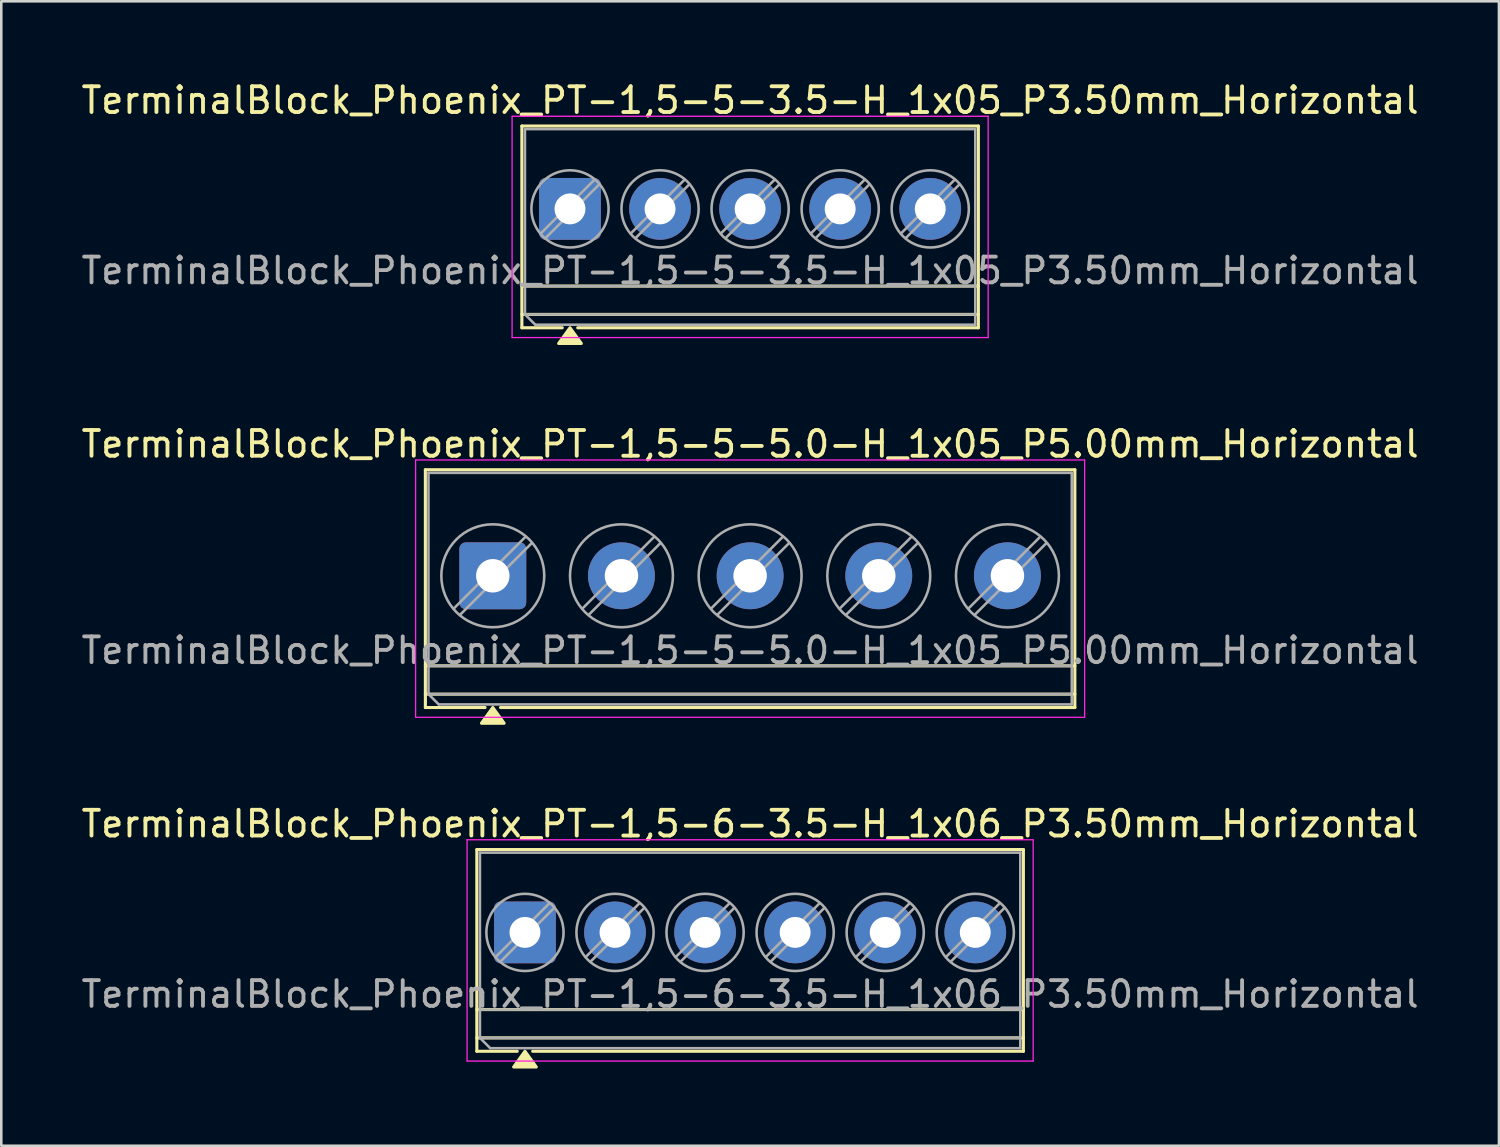
<source format=kicad_pcb>
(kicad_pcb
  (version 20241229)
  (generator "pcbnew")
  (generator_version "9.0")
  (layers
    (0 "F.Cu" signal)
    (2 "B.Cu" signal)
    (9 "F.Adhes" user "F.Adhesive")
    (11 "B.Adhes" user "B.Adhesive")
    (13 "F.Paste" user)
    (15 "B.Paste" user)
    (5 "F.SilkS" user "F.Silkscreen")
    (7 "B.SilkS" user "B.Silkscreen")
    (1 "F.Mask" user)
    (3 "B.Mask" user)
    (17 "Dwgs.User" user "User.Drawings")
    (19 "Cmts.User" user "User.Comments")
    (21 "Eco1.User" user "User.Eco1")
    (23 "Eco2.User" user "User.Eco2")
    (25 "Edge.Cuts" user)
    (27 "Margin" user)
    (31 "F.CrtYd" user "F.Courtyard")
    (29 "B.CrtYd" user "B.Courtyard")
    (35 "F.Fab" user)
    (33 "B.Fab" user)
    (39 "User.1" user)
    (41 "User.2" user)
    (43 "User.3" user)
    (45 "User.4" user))
  (footprint "TerminalBlock_Phoenix_PT-1,5-6-3.5-H_1x06_P3.50mm_Horizontal"
    (layer "F.Cu")
    (at 17.351 33.185)
    (property "Reference" "TerminalBlock_Phoenix_PT-1,5-6-3.5-H_1x06_P3.50mm_Horizontal" (at 8.75 -4.22 0) (layer "F.SilkS") (effects (font (size 1 1) (thickness 0.15))))
    (attr through_hole)
    (fp_line (start -1.87 -3.22) (end 19.37 -3.22) (stroke (width 0.12) (type solid)) (layer "F.SilkS"))
    (fp_line (start -1.87 3) (end 19.37 3) (stroke (width 0.12) (type solid)) (layer "F.SilkS"))
    (fp_line (start -1.87 4.1) (end 19.37 4.1) (stroke (width 0.12) (type solid)) (layer "F.SilkS"))
    (fp_line (start -1.87 4.62) (end -1.87 -3.22) (stroke (width 0.12) (type solid)) (layer "F.SilkS"))
    (fp_line (start -0.3 4.62) (end -1.87 4.62) (stroke (width 0.12) (type solid)) (layer "F.SilkS"))
    (fp_line (start 19.37 -3.22) (end 19.37 4.62) (stroke (width 0.12) (type solid)) (layer "F.SilkS"))
    (fp_line (start 19.37 4.62) (end 0.3 4.62) (stroke (width 0.12) (type solid)) (layer "F.SilkS"))
    (fp_poly (pts (xy 0 4.62) (xy 0.44 5.23) (xy -0.44 5.23)) (stroke (width 0.12) (type solid)) (fill yes) (layer "F.SilkS"))
    (fp_line (start -2.25 -3.6) (end -2.25 5) (stroke (width 0.05) (type solid)) (layer "F.CrtYd"))
    (fp_line (start -2.25 5) (end 19.75 5) (stroke (width 0.05) (type solid)) (layer "F.CrtYd"))
    (fp_line (start 19.75 -3.6) (end -2.25 -3.6) (stroke (width 0.05) (type solid)) (layer "F.CrtYd"))
    (fp_line (start 19.75 5) (end 19.75 -3.6) (stroke (width 0.05) (type solid)) (layer "F.CrtYd"))
    (fp_line (start -1.75 -3.1) (end 19.25 -3.1) (stroke (width 0.1) (type solid)) (layer "F.Fab"))
    (fp_line (start -1.75 3) (end 19.25 3) (stroke (width 0.1) (type solid)) (layer "F.Fab"))
    (fp_line (start -1.75 4.1) (end -1.75 -3.1) (stroke (width 0.1) (type solid)) (layer "F.Fab"))
    (fp_line (start -1.75 4.1) (end 19.25 4.1) (stroke (width 0.1) (type solid)) (layer "F.Fab"))
    (fp_line (start -1.35 4.5) (end -1.75 4.1) (stroke (width 0.1) (type solid)) (layer "F.Fab"))
    (fp_line (start 0.955 -1.138) (end -1.138 0.955) (stroke (width 0.1) (type solid)) (layer "F.Fab"))
    (fp_line (start 1.138 -0.955) (end -0.955 1.138) (stroke (width 0.1) (type solid)) (layer "F.Fab"))
    (fp_line (start 4.455 -1.138) (end 2.362 0.955) (stroke (width 0.1) (type solid)) (layer "F.Fab"))
    (fp_line (start 4.638 -0.955) (end 2.545 1.138) (stroke (width 0.1) (type solid)) (layer "F.Fab"))
    (fp_line (start 7.955 -1.138) (end 5.862 0.955) (stroke (width 0.1) (type solid)) (layer "F.Fab"))
    (fp_line (start 8.138 -0.955) (end 6.045 1.138) (stroke (width 0.1) (type solid)) (layer "F.Fab"))
    (fp_line (start 11.455 -1.138) (end 9.362 0.955) (stroke (width 0.1) (type solid)) (layer "F.Fab"))
    (fp_line (start 11.638 -0.955) (end 9.545 1.138) (stroke (width 0.1) (type solid)) (layer "F.Fab"))
    (fp_line (start 14.955 -1.138) (end 12.862 0.955) (stroke (width 0.1) (type solid)) (layer "F.Fab"))
    (fp_line (start 15.138 -0.955) (end 13.045 1.138) (stroke (width 0.1) (type solid)) (layer "F.Fab"))
    (fp_line (start 18.455 -1.138) (end 16.362 0.955) (stroke (width 0.1) (type solid)) (layer "F.Fab"))
    (fp_line (start 18.638 -0.955) (end 16.545 1.138) (stroke (width 0.1) (type solid)) (layer "F.Fab"))
    (fp_line (start 19.25 -3.1) (end 19.25 4.5) (stroke (width 0.1) (type solid)) (layer "F.Fab"))
    (fp_line (start 19.25 4.5) (end -1.35 4.5) (stroke (width 0.1) (type solid)) (layer "F.Fab"))
    (fp_circle (center 0 0) (end 1.5 0) (stroke (width 0.1) (type solid)) (fill no) (layer "F.Fab"))
    (fp_circle (center 3.5 0) (end 5 0) (stroke (width 0.1) (type solid)) (fill no) (layer "F.Fab"))
    (fp_circle (center 7 0) (end 8.5 0) (stroke (width 0.1) (type solid)) (fill no) (layer "F.Fab"))
    (fp_circle (center 10.5 0) (end 12 0) (stroke (width 0.1) (type solid)) (fill no) (layer "F.Fab"))
    (fp_circle (center 14 0) (end 15.5 0) (stroke (width 0.1) (type solid)) (fill no) (layer "F.Fab"))
    (fp_circle (center 17.5 0) (end 19 0) (stroke (width 0.1) (type solid)) (fill no) (layer "F.Fab"))
    (fp_text user "${REFERENCE}" (at 8.75 2.4 0) (layer "F.Fab") (effects (font (size 1 1) (thickness 0.15))))
    (pad "1" thru_hole roundrect (at 0 0) (size 2.4 2.4) (drill 1.2) (layers "*.Cu" "*.Mask") (roundrect_rratio 0.104))
    (pad "2" thru_hole circle (at 3.5 0) (size 2.4 2.4) (drill 1.2) (layers "*.Cu" "*.Mask"))
    (pad "3" thru_hole circle (at 7 0) (size 2.4 2.4) (drill 1.2) (layers "*.Cu" "*.Mask"))
    (pad "4" thru_hole circle (at 10.5 0) (size 2.4 2.4) (drill 1.2) (layers "*.Cu" "*.Mask"))
    (pad "5" thru_hole circle (at 14 0) (size 2.4 2.4) (drill 1.2) (layers "*.Cu" "*.Mask"))
    (pad "6" thru_hole circle (at 17.5 0) (size 2.4 2.4) (drill 1.2) (layers "*.Cu" "*.Mask")))
  (footprint "TerminalBlock_Phoenix_PT-1,5-5-3.5-H_1x05_P3.50mm_Horizontal"
    (layer "F.Cu")
    (at 19.101 5.068)
    (property "Reference" "TerminalBlock_Phoenix_PT-1,5-5-3.5-H_1x05_P3.50mm_Horizontal" (at 7 -4.22 0) (layer "F.SilkS") (effects (font (size 1 1) (thickness 0.15))))
    (attr through_hole)
    (fp_line (start -1.87 -3.22) (end 15.87 -3.22) (stroke (width 0.12) (type solid)) (layer "F.SilkS"))
    (fp_line (start -1.87 3) (end 15.87 3) (stroke (width 0.12) (type solid)) (layer "F.SilkS"))
    (fp_line (start -1.87 4.1) (end 15.87 4.1) (stroke (width 0.12) (type solid)) (layer "F.SilkS"))
    (fp_line (start -1.87 4.62) (end -1.87 -3.22) (stroke (width 0.12) (type solid)) (layer "F.SilkS"))
    (fp_line (start -0.3 4.62) (end -1.87 4.62) (stroke (width 0.12) (type solid)) (layer "F.SilkS"))
    (fp_line (start 15.87 -3.22) (end 15.87 4.62) (stroke (width 0.12) (type solid)) (layer "F.SilkS"))
    (fp_line (start 15.87 4.62) (end 0.3 4.62) (stroke (width 0.12) (type solid)) (layer "F.SilkS"))
    (fp_poly (pts (xy 0 4.62) (xy 0.44 5.23) (xy -0.44 5.23)) (stroke (width 0.12) (type solid)) (fill yes) (layer "F.SilkS"))
    (fp_line (start -2.25 -3.6) (end -2.25 5) (stroke (width 0.05) (type solid)) (layer "F.CrtYd"))
    (fp_line (start -2.25 5) (end 16.25 5) (stroke (width 0.05) (type solid)) (layer "F.CrtYd"))
    (fp_line (start 16.25 -3.6) (end -2.25 -3.6) (stroke (width 0.05) (type solid)) (layer "F.CrtYd"))
    (fp_line (start 16.25 5) (end 16.25 -3.6) (stroke (width 0.05) (type solid)) (layer "F.CrtYd"))
    (fp_line (start -1.75 -3.1) (end 15.75 -3.1) (stroke (width 0.1) (type solid)) (layer "F.Fab"))
    (fp_line (start -1.75 3) (end 15.75 3) (stroke (width 0.1) (type solid)) (layer "F.Fab"))
    (fp_line (start -1.75 4.1) (end -1.75 -3.1) (stroke (width 0.1) (type solid)) (layer "F.Fab"))
    (fp_line (start -1.75 4.1) (end 15.75 4.1) (stroke (width 0.1) (type solid)) (layer "F.Fab"))
    (fp_line (start -1.35 4.5) (end -1.75 4.1) (stroke (width 0.1) (type solid)) (layer "F.Fab"))
    (fp_line (start 0.955 -1.138) (end -1.138 0.955) (stroke (width 0.1) (type solid)) (layer "F.Fab"))
    (fp_line (start 1.138 -0.955) (end -0.955 1.138) (stroke (width 0.1) (type solid)) (layer "F.Fab"))
    (fp_line (start 4.455 -1.138) (end 2.362 0.955) (stroke (width 0.1) (type solid)) (layer "F.Fab"))
    (fp_line (start 4.638 -0.955) (end 2.545 1.138) (stroke (width 0.1) (type solid)) (layer "F.Fab"))
    (fp_line (start 7.955 -1.138) (end 5.862 0.955) (stroke (width 0.1) (type solid)) (layer "F.Fab"))
    (fp_line (start 8.138 -0.955) (end 6.045 1.138) (stroke (width 0.1) (type solid)) (layer "F.Fab"))
    (fp_line (start 11.455 -1.138) (end 9.362 0.955) (stroke (width 0.1) (type solid)) (layer "F.Fab"))
    (fp_line (start 11.638 -0.955) (end 9.545 1.138) (stroke (width 0.1) (type solid)) (layer "F.Fab"))
    (fp_line (start 14.955 -1.138) (end 12.862 0.955) (stroke (width 0.1) (type solid)) (layer "F.Fab"))
    (fp_line (start 15.138 -0.955) (end 13.045 1.138) (stroke (width 0.1) (type solid)) (layer "F.Fab"))
    (fp_line (start 15.75 -3.1) (end 15.75 4.5) (stroke (width 0.1) (type solid)) (layer "F.Fab"))
    (fp_line (start 15.75 4.5) (end -1.35 4.5) (stroke (width 0.1) (type solid)) (layer "F.Fab"))
    (fp_circle (center 0 0) (end 1.5 0) (stroke (width 0.1) (type solid)) (fill no) (layer "F.Fab"))
    (fp_circle (center 3.5 0) (end 5 0) (stroke (width 0.1) (type solid)) (fill no) (layer "F.Fab"))
    (fp_circle (center 7 0) (end 8.5 0) (stroke (width 0.1) (type solid)) (fill no) (layer "F.Fab"))
    (fp_circle (center 10.5 0) (end 12 0) (stroke (width 0.1) (type solid)) (fill no) (layer "F.Fab"))
    (fp_circle (center 14 0) (end 15.5 0) (stroke (width 0.1) (type solid)) (fill no) (layer "F.Fab"))
    (fp_text user "${REFERENCE}" (at 7 2.4 0) (layer "F.Fab") (effects (font (size 1 1) (thickness 0.15))))
    (pad "1" thru_hole roundrect (at 0 0) (size 2.4 2.4) (drill 1.2) (layers "*.Cu" "*.Mask") (roundrect_rratio 0.104))
    (pad "2" thru_hole circle (at 3.5 0) (size 2.4 2.4) (drill 1.2) (layers "*.Cu" "*.Mask"))
    (pad "3" thru_hole circle (at 7 0) (size 2.4 2.4) (drill 1.2) (layers "*.Cu" "*.Mask"))
    (pad "4" thru_hole circle (at 10.5 0) (size 2.4 2.4) (drill 1.2) (layers "*.Cu" "*.Mask"))
    (pad "5" thru_hole circle (at 14 0) (size 2.4 2.4) (drill 1.2) (layers "*.Cu" "*.Mask")))
  (footprint "TerminalBlock_Phoenix_PT-1,5-5-5.0-H_1x05_P5.00mm_Horizontal"
    (layer "F.Cu")
    (at 16.101 19.326)
    (property "Reference" "TerminalBlock_Phoenix_PT-1,5-5-5.0-H_1x05_P5.00mm_Horizontal" (at 10 -5.12 0) (layer "F.SilkS") (effects (font (size 1 1) (thickness 0.15))))
    (attr through_hole)
    (fp_line (start -2.62 -4.12) (end 22.62 -4.12) (stroke (width 0.12) (type solid)) (layer "F.SilkS"))
    (fp_line (start -2.62 3.5) (end 22.62 3.5) (stroke (width 0.12) (type solid)) (layer "F.SilkS"))
    (fp_line (start -2.62 4.6) (end 22.62 4.6) (stroke (width 0.12) (type solid)) (layer "F.SilkS"))
    (fp_line (start -2.62 5.12) (end -2.62 -4.12) (stroke (width 0.12) (type solid)) (layer "F.SilkS"))
    (fp_line (start -0.3 5.12) (end -2.62 5.12) (stroke (width 0.12) (type solid)) (layer "F.SilkS"))
    (fp_line (start 22.62 -4.12) (end 22.62 5.12) (stroke (width 0.12) (type solid)) (layer "F.SilkS"))
    (fp_line (start 22.62 5.12) (end 0.3 5.12) (stroke (width 0.12) (type solid)) (layer "F.SilkS"))
    (fp_poly (pts (xy 0 5.12) (xy 0.44 5.73) (xy -0.44 5.73)) (stroke (width 0.12) (type solid)) (fill yes) (layer "F.SilkS"))
    (fp_line (start -3 -4.5) (end -3 5.5) (stroke (width 0.05) (type solid)) (layer "F.CrtYd"))
    (fp_line (start -3 5.5) (end 23 5.5) (stroke (width 0.05) (type solid)) (layer "F.CrtYd"))
    (fp_line (start 23 -4.5) (end -3 -4.5) (stroke (width 0.05) (type solid)) (layer "F.CrtYd"))
    (fp_line (start 23 5.5) (end 23 -4.5) (stroke (width 0.05) (type solid)) (layer "F.CrtYd"))
    (fp_line (start -2.5 -4) (end 22.5 -4) (stroke (width 0.1) (type solid)) (layer "F.Fab"))
    (fp_line (start -2.5 3.5) (end 22.5 3.5) (stroke (width 0.1) (type solid)) (layer "F.Fab"))
    (fp_line (start -2.5 4.6) (end -2.5 -4) (stroke (width 0.1) (type solid)) (layer "F.Fab"))
    (fp_line (start -2.5 4.6) (end 22.5 4.6) (stroke (width 0.1) (type solid)) (layer "F.Fab"))
    (fp_line (start -2.1 5) (end -2.5 4.6) (stroke (width 0.1) (type solid)) (layer "F.Fab"))
    (fp_line (start 1.273 -1.517) (end -1.517 1.273) (stroke (width 0.1) (type solid)) (layer "F.Fab"))
    (fp_line (start 1.517 -1.273) (end -1.273 1.517) (stroke (width 0.1) (type solid)) (layer "F.Fab"))
    (fp_line (start 6.273 -1.517) (end 3.483 1.273) (stroke (width 0.1) (type solid)) (layer "F.Fab"))
    (fp_line (start 6.517 -1.273) (end 3.727 1.517) (stroke (width 0.1) (type solid)) (layer "F.Fab"))
    (fp_line (start 11.273 -1.517) (end 8.483 1.273) (stroke (width 0.1) (type solid)) (layer "F.Fab"))
    (fp_line (start 11.517 -1.273) (end 8.727 1.517) (stroke (width 0.1) (type solid)) (layer "F.Fab"))
    (fp_line (start 16.273 -1.517) (end 13.483 1.273) (stroke (width 0.1) (type solid)) (layer "F.Fab"))
    (fp_line (start 16.517 -1.273) (end 13.727 1.517) (stroke (width 0.1) (type solid)) (layer "F.Fab"))
    (fp_line (start 21.273 -1.517) (end 18.483 1.273) (stroke (width 0.1) (type solid)) (layer "F.Fab"))
    (fp_line (start 21.517 -1.273) (end 18.727 1.517) (stroke (width 0.1) (type solid)) (layer "F.Fab"))
    (fp_line (start 22.5 -4) (end 22.5 5) (stroke (width 0.1) (type solid)) (layer "F.Fab"))
    (fp_line (start 22.5 5) (end -2.1 5) (stroke (width 0.1) (type solid)) (layer "F.Fab"))
    (fp_circle (center 0 0) (end 2 0) (stroke (width 0.1) (type solid)) (fill no) (layer "F.Fab"))
    (fp_circle (center 5 0) (end 7 0) (stroke (width 0.1) (type solid)) (fill no) (layer "F.Fab"))
    (fp_circle (center 10 0) (end 12 0) (stroke (width 0.1) (type solid)) (fill no) (layer "F.Fab"))
    (fp_circle (center 15 0) (end 17 0) (stroke (width 0.1) (type solid)) (fill no) (layer "F.Fab"))
    (fp_circle (center 20 0) (end 22 0) (stroke (width 0.1) (type solid)) (fill no) (layer "F.Fab"))
    (fp_text user "${REFERENCE}" (at 10 2.9 0) (layer "F.Fab") (effects (font (size 1 1) (thickness 0.15))))
    (pad "1" thru_hole roundrect (at 0 0) (size 2.6 2.6) (drill 1.3) (layers "*.Cu" "*.Mask") (roundrect_rratio 0.096))
    (pad "2" thru_hole circle (at 5 0) (size 2.6 2.6) (drill 1.3) (layers "*.Cu" "*.Mask"))
    (pad "3" thru_hole circle (at 10 0) (size 2.6 2.6) (drill 1.3) (layers "*.Cu" "*.Mask"))
    (pad "4" thru_hole circle (at 15 0) (size 2.6 2.6) (drill 1.3) (layers "*.Cu" "*.Mask"))
    (pad "5" thru_hole circle (at 20 0) (size 2.6 2.6) (drill 1.3) (layers "*.Cu" "*.Mask")))
  (gr_rect
    (start -3 -3)
    (end 55.202 41.475)
    (stroke (width 0.1) (type default))
    (fill no)
    (layer "Edge.Cuts")))
</source>
